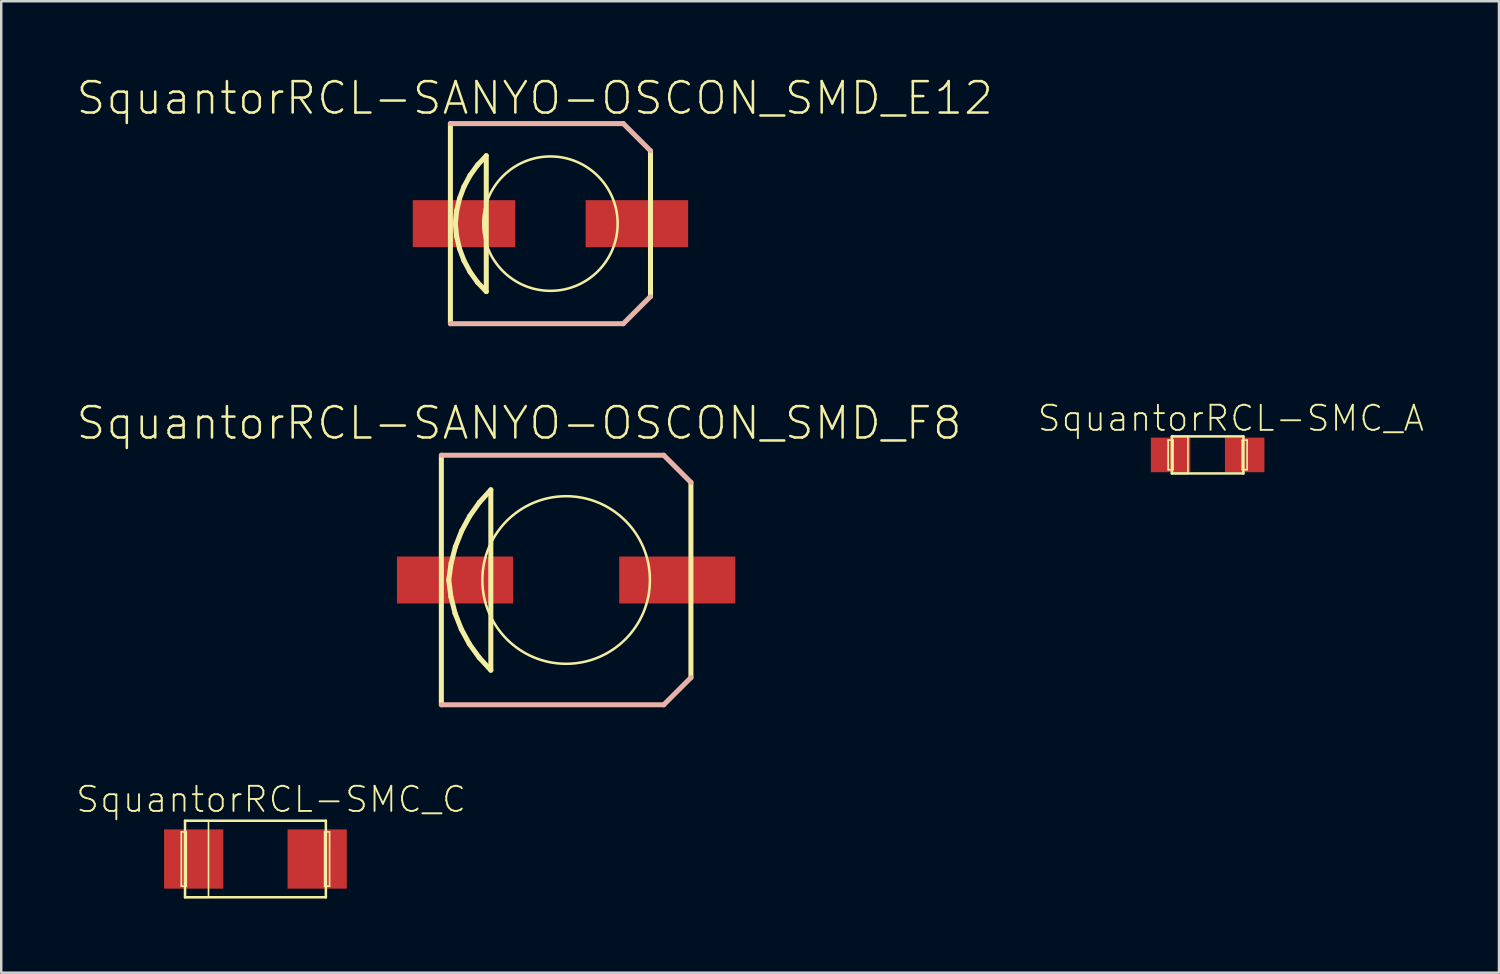
<source format=kicad_pcb>
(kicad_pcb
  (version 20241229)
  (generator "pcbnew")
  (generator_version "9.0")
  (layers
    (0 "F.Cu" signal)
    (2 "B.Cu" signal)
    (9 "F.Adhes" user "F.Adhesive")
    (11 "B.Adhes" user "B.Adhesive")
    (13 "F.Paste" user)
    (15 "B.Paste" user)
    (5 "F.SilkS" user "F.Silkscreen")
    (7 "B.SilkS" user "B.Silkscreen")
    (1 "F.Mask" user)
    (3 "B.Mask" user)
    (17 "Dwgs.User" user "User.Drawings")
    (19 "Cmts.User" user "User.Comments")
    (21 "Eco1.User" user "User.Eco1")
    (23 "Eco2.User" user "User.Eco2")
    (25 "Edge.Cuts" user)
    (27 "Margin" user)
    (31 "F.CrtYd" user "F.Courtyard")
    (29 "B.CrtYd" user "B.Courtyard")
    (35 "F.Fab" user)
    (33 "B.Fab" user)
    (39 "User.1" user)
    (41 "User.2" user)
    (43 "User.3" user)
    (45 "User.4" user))
  (footprint "SquantorRCL-SANYO-OSCON_SMD_F8"
    (layer "F.Cu")
    (at 19.862 20.423)
    (property "Reference" "SquantorRCL-SANYO-OSCON_SMD_F8" (at -1.905 -6.35 0) (layer "F.SilkS") (effects (font (size 1.27 1.27) (thickness 0.102))))
    (attr smd)
    (fp_line (start -5.05 5.05) (end -5.05 -5.05) (stroke (width 0.203) (type solid)) (layer "F.SilkS"))
    (fp_line (start -4.75 0) (end -4.663 0.681) (stroke (width 0.203) (type solid)) (layer "F.SilkS"))
    (fp_line (start -4.663 0.681) (end -4.496 1.346) (stroke (width 0.203) (type solid)) (layer "F.SilkS"))
    (fp_line (start -4.656 -0.678) (end -4.75 0) (stroke (width 0.203) (type solid)) (layer "F.SilkS"))
    (fp_line (start -4.496 1.346) (end -4.244 1.986) (stroke (width 0.203) (type solid)) (layer "F.SilkS"))
    (fp_line (start -4.483 -1.341) (end -4.656 -0.678) (stroke (width 0.203) (type solid)) (layer "F.SilkS"))
    (fp_line (start -4.244 1.986) (end -3.917 2.588) (stroke (width 0.203) (type solid)) (layer "F.SilkS"))
    (fp_line (start -4.232 -1.979) (end -4.483 -1.341) (stroke (width 0.203) (type solid)) (layer "F.SilkS"))
    (fp_line (start -3.917 2.588) (end -3.515 3.145) (stroke (width 0.203) (type solid)) (layer "F.SilkS"))
    (fp_line (start -3.907 -2.581) (end -4.232 -1.979) (stroke (width 0.203) (type solid)) (layer "F.SilkS"))
    (fp_line (start -3.515 3.145) (end -3.048 3.65) (stroke (width 0.203) (type solid)) (layer "F.SilkS"))
    (fp_line (start -3.51 -3.142) (end -3.907 -2.581) (stroke (width 0.203) (type solid)) (layer "F.SilkS"))
    (fp_line (start -3.048 -3.65) (end -3.51 -3.142) (stroke (width 0.203) (type solid)) (layer "F.SilkS"))
    (fp_line (start -3.048 3.65) (end -3.048 -3.65) (stroke (width 0.203) (type solid)) (layer "F.SilkS"))
    (fp_line (start 5.05 -3.95) (end 5.05 3.95) (stroke (width 0.203) (type solid)) (layer "F.SilkS"))
    (fp_circle (center 0 0) (end -2.398 2.398) (stroke (width 0.102) (type solid)) (fill no) (layer "F.SilkS"))
    (fp_line (start -5.05 -5.05) (end 3.95 -5.05) (stroke (width 0.203) (type solid)) (layer "B.SilkS"))
    (fp_line (start 3.95 -5.05) (end 5.05 -3.95) (stroke (width 0.203) (type solid)) (layer "B.SilkS"))
    (fp_line (start 3.95 5.05) (end -5.05 5.05) (stroke (width 0.203) (type solid)) (layer "B.SilkS"))
    (fp_line (start 5.05 3.95) (end 3.95 5.05) (stroke (width 0.203) (type solid)) (layer "B.SilkS"))
    (pad "+" smd rect (at 4.498 0) (size 4.699 1.9) (layers "F.Cu" "F.Mask" "F.Paste"))
    (pad "-" smd rect (at -4.498 0) (size 4.699 1.9) (layers "F.Cu" "F.Mask" "F.Paste")))
  (footprint "SquantorRCL-SANYO-OSCON_SMD_E12"
    (layer "F.Cu")
    (at 19.227 6.001)
    (property "Reference" "SquantorRCL-SANYO-OSCON_SMD_E12" (at -0.635 -5.08 0) (layer "F.SilkS") (effects (font (size 1.27 1.27) (thickness 0.102))))
    (attr smd)
    (fp_line (start -4.049 4.049) (end -4.049 -4.049) (stroke (width 0.203) (type solid)) (layer "F.SilkS"))
    (fp_line (start -3.848 0) (end -3.797 0.513) (stroke (width 0.203) (type solid)) (layer "F.SilkS"))
    (fp_line (start -3.797 -0.513) (end -3.848 0) (stroke (width 0.203) (type solid)) (layer "F.SilkS"))
    (fp_line (start -3.797 0.513) (end -3.68 1.016) (stroke (width 0.203) (type solid)) (layer "F.SilkS"))
    (fp_line (start -3.68 -1.016) (end -3.797 -0.513) (stroke (width 0.203) (type solid)) (layer "F.SilkS"))
    (fp_line (start -3.68 1.016) (end -3.498 1.499) (stroke (width 0.203) (type solid)) (layer "F.SilkS"))
    (fp_line (start -3.498 -1.499) (end -3.68 -1.016) (stroke (width 0.203) (type solid)) (layer "F.SilkS"))
    (fp_line (start -3.498 1.499) (end -3.254 1.953) (stroke (width 0.203) (type solid)) (layer "F.SilkS"))
    (fp_line (start -3.254 -1.953) (end -3.498 -1.499) (stroke (width 0.203) (type solid)) (layer "F.SilkS"))
    (fp_line (start -3.254 1.953) (end -2.954 2.372) (stroke (width 0.203) (type solid)) (layer "F.SilkS"))
    (fp_line (start -2.954 2.372) (end -2.598 2.748) (stroke (width 0.203) (type solid)) (layer "F.SilkS"))
    (fp_line (start -2.951 -2.372) (end -3.254 -1.953) (stroke (width 0.203) (type solid)) (layer "F.SilkS"))
    (fp_line (start -2.598 -2.748) (end -2.951 -2.372) (stroke (width 0.203) (type solid)) (layer "F.SilkS"))
    (fp_line (start -2.598 2.748) (end -2.598 -2.748) (stroke (width 0.203) (type solid)) (layer "F.SilkS"))
    (fp_line (start 4.049 -2.949) (end 4.049 2.949) (stroke (width 0.203) (type solid)) (layer "F.SilkS"))
    (fp_circle (center 0 0) (end -1.923 1.923) (stroke (width 0.102) (type solid)) (fill no) (layer "F.SilkS"))
    (fp_line (start -4.049 -4.049) (end 2.949 -4.049) (stroke (width 0.203) (type solid)) (layer "B.SilkS"))
    (fp_line (start 2.949 -4.049) (end 4.049 -2.949) (stroke (width 0.203) (type solid)) (layer "B.SilkS"))
    (fp_line (start 2.949 4.049) (end -4.049 4.049) (stroke (width 0.203) (type solid)) (layer "B.SilkS"))
    (fp_line (start 4.049 2.949) (end 2.949 4.049) (stroke (width 0.203) (type solid)) (layer "B.SilkS"))
    (pad "+" smd rect (at 3.498 0) (size 4.148 1.9) (layers "F.Cu" "F.Mask" "F.Paste"))
    (pad "-" smd rect (at -3.498 0) (size 4.148 1.9) (layers "F.Cu" "F.Mask" "F.Paste")))
  (footprint "SquantorRCL-SMC_A"
    (layer "F.Cu")
    (at 45.824 15.361)
    (property "Reference" "SquantorRCL-SMC_A" (at 0.94 -1.481 0) (layer "F.SilkS") (effects (font (size 1.016 1.016) (thickness 0.076))))
    (attr smd)
    (fp_line (start -1.598 -0.599) (end -1.4 -0.599) (stroke (width 0.066) (type solid)) (layer "F.SilkS"))
    (fp_line (start -1.598 0.599) (end -1.598 -0.599) (stroke (width 0.066) (type solid)) (layer "F.SilkS"))
    (fp_line (start -1.598 0.599) (end -1.4 0.599) (stroke (width 0.066) (type solid)) (layer "F.SilkS"))
    (fp_line (start -1.448 -0.749) (end -0.798 -0.749) (stroke (width 0.066) (type solid)) (layer "F.SilkS"))
    (fp_line (start -1.448 -0.749) (end 1.448 -0.749) (stroke (width 0.102) (type solid)) (layer "F.SilkS"))
    (fp_line (start -1.448 0.749) (end -1.448 -0.749) (stroke (width 0.066) (type solid)) (layer "F.SilkS"))
    (fp_line (start -1.448 0.749) (end -1.448 -0.749) (stroke (width 0.102) (type solid)) (layer "F.SilkS"))
    (fp_line (start -1.448 0.749) (end -0.798 0.749) (stroke (width 0.066) (type solid)) (layer "F.SilkS"))
    (fp_line (start -1.4 0.599) (end -1.4 -0.599) (stroke (width 0.066) (type solid)) (layer "F.SilkS"))
    (fp_line (start -0.798 0.749) (end -0.798 -0.749) (stroke (width 0.066) (type solid)) (layer "F.SilkS"))
    (fp_line (start 1.4 -0.599) (end 1.598 -0.599) (stroke (width 0.066) (type solid)) (layer "F.SilkS"))
    (fp_line (start 1.4 0.599) (end 1.4 -0.599) (stroke (width 0.066) (type solid)) (layer "F.SilkS"))
    (fp_line (start 1.4 0.599) (end 1.598 0.599) (stroke (width 0.066) (type solid)) (layer "F.SilkS"))
    (fp_line (start 1.448 -0.749) (end 1.448 0.749) (stroke (width 0.102) (type solid)) (layer "F.SilkS"))
    (fp_line (start 1.448 0.749) (end -1.448 0.749) (stroke (width 0.102) (type solid)) (layer "F.SilkS"))
    (fp_line (start 1.598 0.599) (end 1.598 -0.599) (stroke (width 0.066) (type solid)) (layer "F.SilkS"))
    (pad "+" smd rect (at -1.499 0) (size 1.598 1.4) (layers "F.Cu" "F.Mask" "F.Paste"))
    (pad "-" smd rect (at 1.499 0 180) (size 1.598 1.4) (layers "F.Cu" "F.Mask" "F.Paste")))
  (footprint "SquantorRCL-SMC_C"
    (layer "F.Cu")
    (at 7.288 31.715)
    (property "Reference" "SquantorRCL-SMC_C" (at 0.635 -2.413 0) (layer "F.SilkS") (effects (font (size 1.016 1.016) (thickness 0.076))))
    (attr smd)
    (fp_line (start -3 -1.1) (end -2.799 -1.1) (stroke (width 0.066) (type solid)) (layer "F.SilkS"))
    (fp_line (start -3 1.1) (end -3 -1.1) (stroke (width 0.066) (type solid)) (layer "F.SilkS"))
    (fp_line (start -3 1.1) (end -2.799 1.1) (stroke (width 0.066) (type solid)) (layer "F.SilkS"))
    (fp_line (start -2.85 -1.549) (end -1.9 -1.549) (stroke (width 0.066) (type solid)) (layer "F.SilkS"))
    (fp_line (start -2.85 -1.549) (end 2.85 -1.549) (stroke (width 0.102) (type solid)) (layer "F.SilkS"))
    (fp_line (start -2.85 1.549) (end -2.85 -1.549) (stroke (width 0.066) (type solid)) (layer "F.SilkS"))
    (fp_line (start -2.85 1.549) (end -2.85 -1.549) (stroke (width 0.102) (type solid)) (layer "F.SilkS"))
    (fp_line (start -2.85 1.549) (end -1.9 1.549) (stroke (width 0.066) (type solid)) (layer "F.SilkS"))
    (fp_line (start -2.799 1.1) (end -2.799 -1.1) (stroke (width 0.066) (type solid)) (layer "F.SilkS"))
    (fp_line (start -1.9 1.549) (end -1.9 -1.549) (stroke (width 0.066) (type solid)) (layer "F.SilkS"))
    (fp_line (start 2.799 -1.1) (end 3 -1.1) (stroke (width 0.066) (type solid)) (layer "F.SilkS"))
    (fp_line (start 2.799 1.1) (end 2.799 -1.1) (stroke (width 0.066) (type solid)) (layer "F.SilkS"))
    (fp_line (start 2.799 1.1) (end 3 1.1) (stroke (width 0.066) (type solid)) (layer "F.SilkS"))
    (fp_line (start 2.85 -1.549) (end 2.85 1.549) (stroke (width 0.102) (type solid)) (layer "F.SilkS"))
    (fp_line (start 2.85 1.549) (end -2.85 1.549) (stroke (width 0.102) (type solid)) (layer "F.SilkS"))
    (fp_line (start 3 1.1) (end 3 -1.1) (stroke (width 0.066) (type solid)) (layer "F.SilkS"))
    (pad "+" smd rect (at -2.499 0) (size 2.398 2.398) (layers "F.Cu" "F.Mask" "F.Paste"))
    (pad "-" smd rect (at 2.499 0 180) (size 2.398 2.398) (layers "F.Cu" "F.Mask" "F.Paste")))
  (gr_rect
    (start -3 -3)
    (end 57.614 36.315)
    (stroke (width 0.1) (type default))
    (fill no)
    (layer "Edge.Cuts")))
</source>
